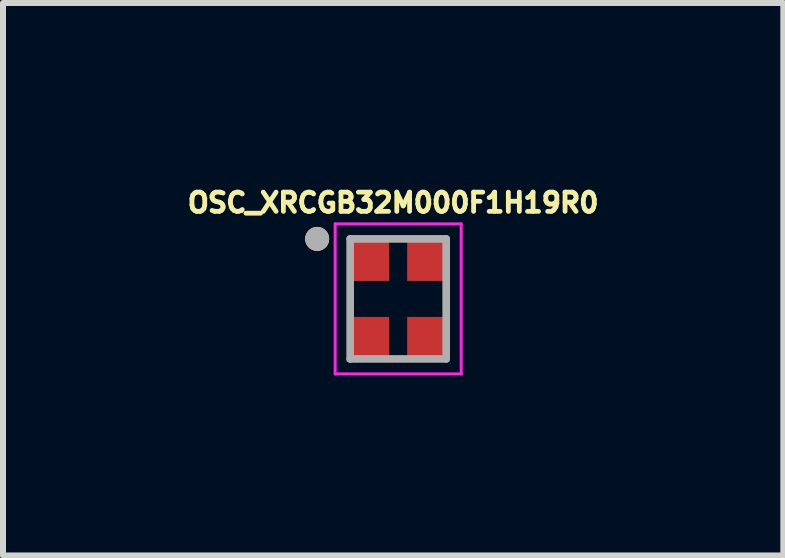
<source format=kicad_pcb>
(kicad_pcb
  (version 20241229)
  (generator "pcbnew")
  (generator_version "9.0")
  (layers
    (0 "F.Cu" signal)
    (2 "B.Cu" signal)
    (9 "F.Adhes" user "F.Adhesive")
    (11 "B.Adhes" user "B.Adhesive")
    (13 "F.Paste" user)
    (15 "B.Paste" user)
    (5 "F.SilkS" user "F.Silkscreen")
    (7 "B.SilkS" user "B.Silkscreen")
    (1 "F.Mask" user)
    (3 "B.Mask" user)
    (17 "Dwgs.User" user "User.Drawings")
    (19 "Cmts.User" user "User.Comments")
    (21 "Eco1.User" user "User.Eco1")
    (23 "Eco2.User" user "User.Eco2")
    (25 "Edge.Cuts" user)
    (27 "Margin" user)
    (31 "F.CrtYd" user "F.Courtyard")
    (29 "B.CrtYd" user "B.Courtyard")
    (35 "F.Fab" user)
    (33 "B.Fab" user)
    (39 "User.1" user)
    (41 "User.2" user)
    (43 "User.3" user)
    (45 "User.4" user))
  (footprint "OSC_XRCGB32M000F1H19R0"
    (layer "F.Cu")
    (at 3.585 1.931)
    (property "Reference" "OSC_XRCGB32M000F1H19R0" (at -0.084 -1.603 0) (layer "F.SilkS") (effects (font (size 0.32 0.32) (thickness 0.15))))
    (attr smd)
    (fp_circle (center -1.35 -1) (end -1.25 -1) (stroke (width 0.2) (type solid)) (fill no) (layer "F.SilkS"))
    (fp_line (start -1.05 -1.25) (end 1.05 -1.25) (stroke (width 0.05) (type solid)) (layer "F.CrtYd"))
    (fp_line (start -1.05 1.25) (end -1.05 -1.25) (stroke (width 0.05) (type solid)) (layer "F.CrtYd"))
    (fp_line (start 1.05 -1.25) (end 1.05 1.25) (stroke (width 0.05) (type solid)) (layer "F.CrtYd"))
    (fp_line (start 1.05 1.25) (end -1.05 1.25) (stroke (width 0.05) (type solid)) (layer "F.CrtYd"))
    (fp_line (start -0.8 -1) (end 0.8 -1) (stroke (width 0.127) (type solid)) (layer "F.Fab"))
    (fp_line (start -0.8 1) (end -0.8 -1) (stroke (width 0.127) (type solid)) (layer "F.Fab"))
    (fp_line (start 0.8 -1) (end 0.8 1) (stroke (width 0.127) (type solid)) (layer "F.Fab"))
    (fp_line (start 0.8 1) (end -0.8 1) (stroke (width 0.127) (type solid)) (layer "F.Fab"))
    (fp_circle (center -1.35 -1) (end -1.25 -1) (stroke (width 0.2) (type solid)) (fill no) (layer "F.Fab"))
    (pad "1" smd rect (at -0.5 -0.675) (size 0.7 0.75) (layers "F.Cu" "F.Mask" "F.Paste"))
    (pad "2" smd rect (at -0.5 0.675) (size 0.7 0.75) (layers "F.Cu" "F.Mask" "F.Paste"))
    (pad "3" smd rect (at 0.5 0.675) (size 0.7 0.75) (layers "F.Cu" "F.Mask" "F.Paste"))
    (pad "4" smd rect (at 0.5 -0.675) (size 0.7 0.75) (layers "F.Cu" "F.Mask" "F.Paste")))
  (gr_rect
    (start -3 -3)
    (end 10.003 6.206)
    (stroke (width 0.1) (type default))
    (fill no)
    (layer "Edge.Cuts")))
</source>
